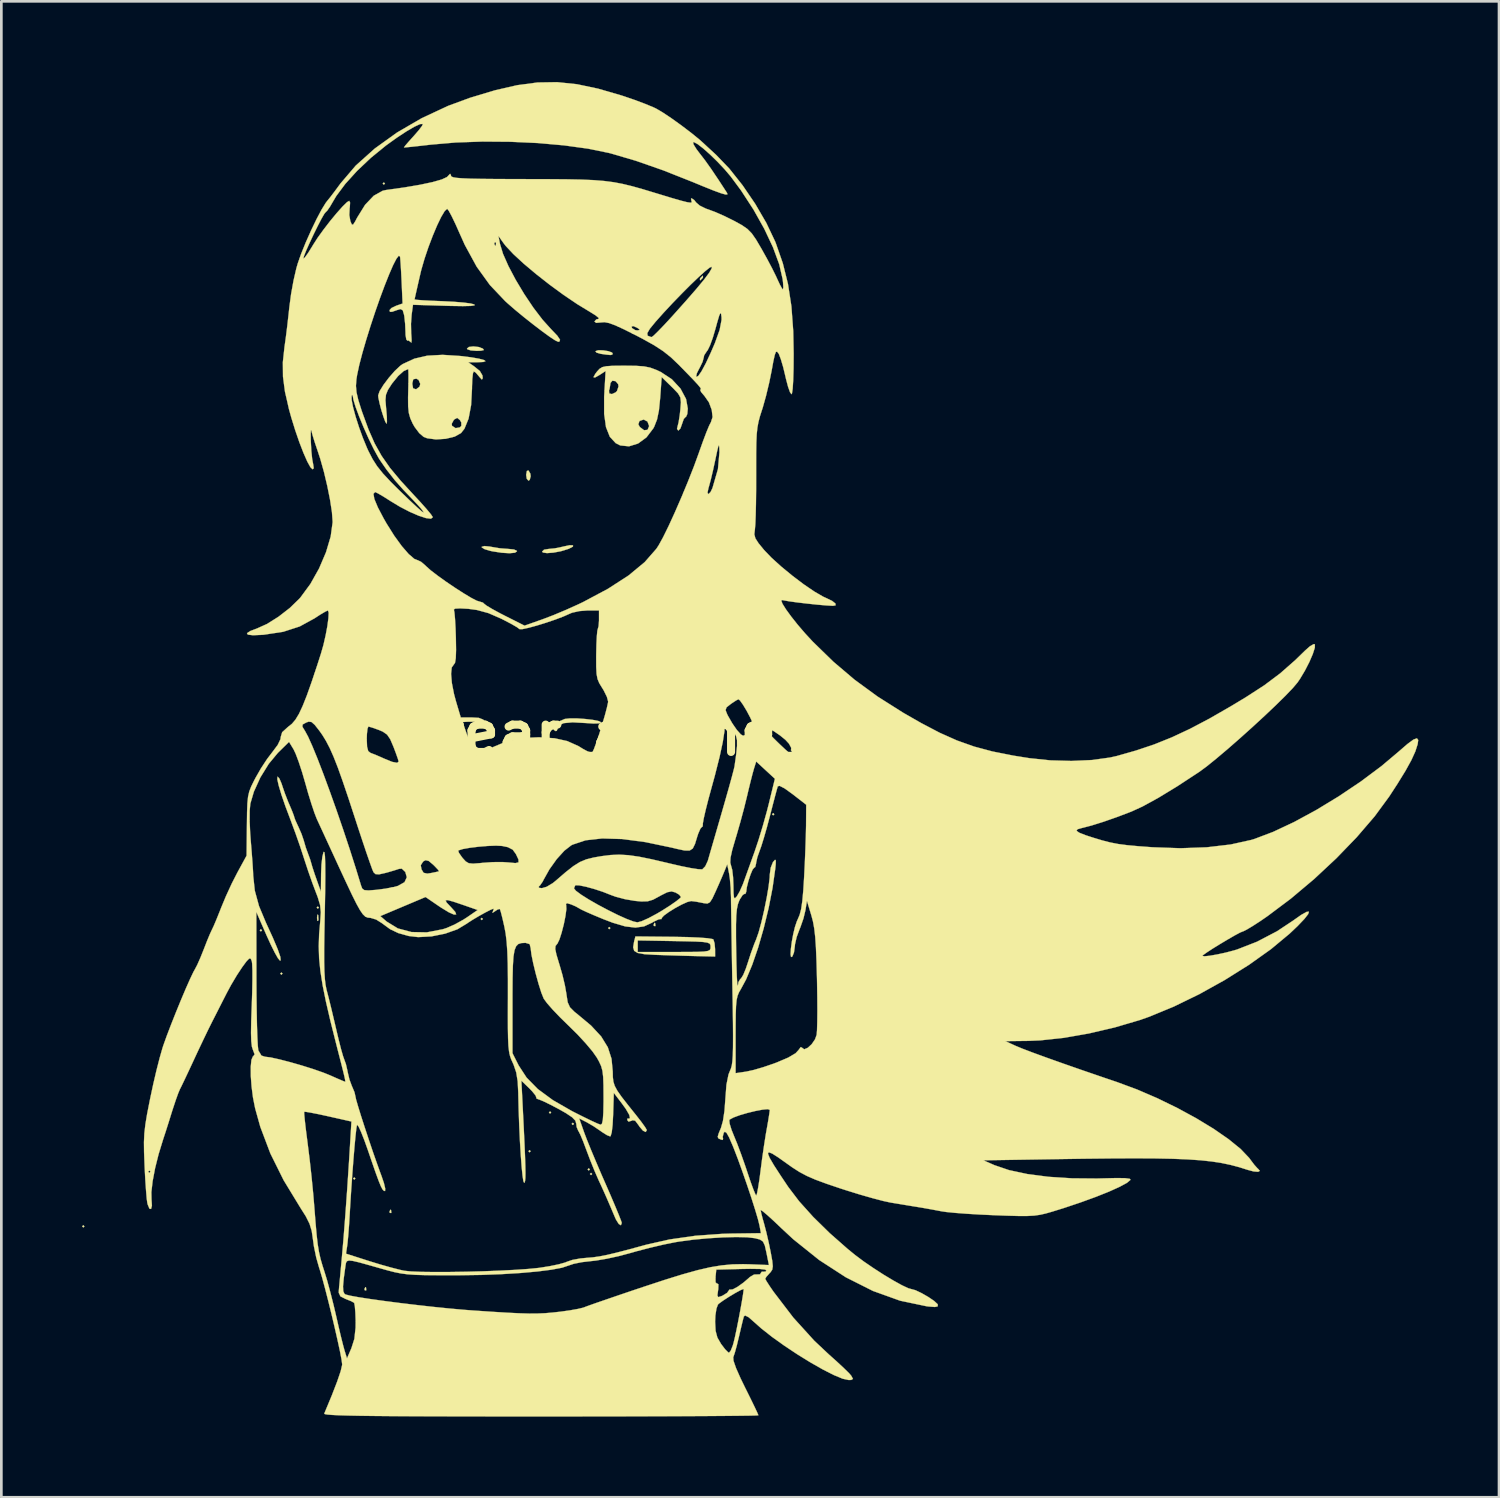
<source format=kicad_pcb>
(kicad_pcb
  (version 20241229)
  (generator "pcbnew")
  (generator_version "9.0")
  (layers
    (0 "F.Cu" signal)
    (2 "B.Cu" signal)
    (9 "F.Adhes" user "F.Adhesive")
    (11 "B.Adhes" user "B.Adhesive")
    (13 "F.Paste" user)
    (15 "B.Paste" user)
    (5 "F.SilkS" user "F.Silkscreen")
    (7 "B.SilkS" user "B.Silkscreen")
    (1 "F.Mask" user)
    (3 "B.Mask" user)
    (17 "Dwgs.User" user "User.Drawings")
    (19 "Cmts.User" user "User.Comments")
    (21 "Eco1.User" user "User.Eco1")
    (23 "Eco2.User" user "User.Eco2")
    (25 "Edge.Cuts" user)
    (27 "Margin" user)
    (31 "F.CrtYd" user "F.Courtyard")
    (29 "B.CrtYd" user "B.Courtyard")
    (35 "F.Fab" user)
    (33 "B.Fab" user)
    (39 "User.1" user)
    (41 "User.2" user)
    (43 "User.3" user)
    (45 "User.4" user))
  (footprint "rear_anime_ss"
    (layer "F.Cu")
    (at 21.341 24.222)
    (property "Reference" "rear_anime_ss" (at 0 0 0) (layer "F.SilkS") (effects (font (size 1.524 1.524) (thickness 0.3))))
    (attr through_hole)
    (fp_poly (pts (xy -21.251 18.33) (xy -21.294 18.373) (xy -21.336 18.33) (xy -21.294 18.288) (xy -21.251 18.33)) (stroke (width 0.01) (type solid)) (fill yes) (layer "F.SilkS"))
    (fp_poly (pts (xy -14.647 7.324) (xy -14.69 7.366) (xy -14.732 7.324) (xy -14.69 7.281) (xy -14.647 7.324)) (stroke (width 0.01) (type solid)) (fill yes) (layer "F.SilkS"))
    (fp_poly (pts (xy -13.885 8.932) (xy -13.928 8.975) (xy -13.97 8.932) (xy -13.928 8.89) (xy -13.885 8.932)) (stroke (width 0.01) (type solid)) (fill yes) (layer "F.SilkS"))
    (fp_poly (pts (xy -12.531 6.477) (xy -12.573 6.519) (xy -12.615 6.477) (xy -12.573 6.435) (xy -12.531 6.477)) (stroke (width 0.01) (type solid)) (fill yes) (layer "F.SilkS"))
    (fp_poly (pts (xy -11.176 16.552) (xy -11.218 16.595) (xy -11.261 16.552) (xy -11.218 16.51) (xy -11.176 16.552)) (stroke (width 0.01) (type solid)) (fill yes) (layer "F.SilkS"))
    (fp_poly (pts (xy -10.075 -20.447) (xy -10.118 -20.405) (xy -10.16 -20.447) (xy -10.118 -20.489) (xy -10.075 -20.447)) (stroke (width 0.01) (type solid)) (fill yes) (layer "F.SilkS"))
    (fp_poly (pts (xy -6.435 6.9) (xy -6.477 6.943) (xy -6.519 6.9) (xy -6.477 6.858) (xy -6.435 6.9)) (stroke (width 0.01) (type solid)) (fill yes) (layer "F.SilkS"))
    (fp_poly (pts (xy -4.657 15.536) (xy -4.699 15.579) (xy -4.741 15.536) (xy -4.699 15.494) (xy -4.657 15.536)) (stroke (width 0.01) (type solid)) (fill yes) (layer "F.SilkS"))
    (fp_poly (pts (xy -3.895 14.097) (xy -3.937 14.139) (xy -3.979 14.097) (xy -3.937 14.055) (xy -3.895 14.097)) (stroke (width 0.01) (type solid)) (fill yes) (layer "F.SilkS"))
    (fp_poly (pts (xy -3.048 14.52) (xy -3.09 14.563) (xy -3.133 14.52) (xy -3.09 14.478) (xy -3.048 14.52)) (stroke (width 0.01) (type solid)) (fill yes) (layer "F.SilkS"))
    (fp_poly (pts (xy -2.455 16.214) (xy -2.498 16.256) (xy -2.54 16.214) (xy -2.498 16.171) (xy -2.455 16.214)) (stroke (width 0.01) (type solid)) (fill yes) (layer "F.SilkS"))
    (fp_poly (pts (xy -2.371 16.383) (xy -2.413 16.425) (xy -2.455 16.383) (xy -2.413 16.341) (xy -2.371 16.383)) (stroke (width 0.01) (type solid)) (fill yes) (layer "F.SilkS"))
    (fp_poly (pts (xy -1.693 7.239) (xy -1.736 7.281) (xy -1.778 7.239) (xy -1.736 7.197) (xy -1.693 7.239)) (stroke (width 0.01) (type solid)) (fill yes) (layer "F.SilkS"))
    (fp_poly (pts (xy 4.403 3.006) (xy 4.36 3.048) (xy 4.318 3.006) (xy 4.36 2.963) (xy 4.403 3.006)) (stroke (width 0.01) (type solid)) (fill yes) (layer "F.SilkS"))
    (fp_poly (pts (xy -12.559 6.752) (xy -12.548 6.926) (xy -12.559 6.964) (xy -12.59 6.974) (xy -12.602 6.858) (xy -12.589 6.738) (xy -12.559 6.752)) (stroke (width 0.01) (type solid)) (fill yes) (layer "F.SilkS"))
    (fp_poly (pts (xy -10.781 20.602) (xy -10.771 20.703) (xy -10.781 20.715) (xy -10.831 20.703) (xy -10.837 20.659) (xy -10.806 20.589) (xy -10.781 20.602)) (stroke (width 0.01) (type solid)) (fill yes) (layer "F.SilkS"))
    (fp_poly (pts (xy -9.85 17.724) (xy -9.839 17.824) (xy -9.85 17.836) (xy -9.9 17.825) (xy -9.906 17.78) (xy -9.875 17.71) (xy -9.85 17.724)) (stroke (width 0.01) (type solid)) (fill yes) (layer "F.SilkS"))
    (fp_poly (pts (xy -0.028 7.056) (xy -0.018 7.156) (xy -0.028 7.168) (xy -0.079 7.157) (xy -0.085 7.112) (xy -0.054 7.042) (xy -0.028 7.056)) (stroke (width 0.01) (type solid)) (fill yes) (layer "F.SilkS"))
    (fp_poly (pts (xy -4.67 -9.66) (xy -4.657 -9.562) (xy -4.693 -9.427) (xy -4.741 -9.398) (xy -4.804 -9.471) (xy -4.826 -9.615) (xy -4.799 -9.759) (xy -4.741 -9.779) (xy -4.67 -9.66)) (stroke (width 0.01) (type solid)) (fill yes) (layer "F.SilkS"))
    (fp_poly (pts (xy 1.751 -16.963) (xy 1.736 -16.933) (xy 1.656 -16.852) (xy 1.641 -16.849) (xy 1.635 -16.903) (xy 1.651 -16.933) (xy 1.731 -17.014) (xy 1.746 -17.018) (xy 1.751 -16.963)) (stroke (width 0.01) (type solid)) (fill yes) (layer "F.SilkS"))
    (fp_poly (pts (xy -6.59 -14.368) (xy -6.435 -14.309) (xy -6.398 -14.256) (xy -6.505 -14.23) (xy -6.668 -14.225) (xy -6.887 -14.242) (xy -7.015 -14.286) (xy -7.027 -14.309) (xy -6.956 -14.37) (xy -6.788 -14.39) (xy -6.59 -14.368)) (stroke (width 0.01) (type solid)) (fill yes) (layer "F.SilkS"))
    (fp_poly (pts (xy -1.967 -14.245) (xy -1.771 -14.214) (xy -1.634 -14.164) (xy -1.609 -14.13) (xy -1.622 -14.085) (xy -1.69 -14.07) (xy -1.853 -14.086) (xy -2.055 -14.115) (xy -2.21 -14.16) (xy -2.25 -14.213) (xy -2.15 -14.248) (xy -1.967 -14.245)) (stroke (width 0.01) (type solid)) (fill yes) (layer "F.SilkS"))
    (fp_poly (pts (xy -3.083 -6.994) (xy -3.085 -6.947) (xy -3.233 -6.869) (xy -3.263 -6.857) (xy -3.534 -6.774) (xy -3.813 -6.722) (xy -4.051 -6.704) (xy -4.203 -6.726) (xy -4.233 -6.762) (xy -4.16 -6.832) (xy -4 -6.858) (xy -3.761 -6.882) (xy -3.479 -6.939) (xy -3.442 -6.949) (xy -3.209 -6.998) (xy -3.083 -6.994)) (stroke (width 0.01) (type solid)) (fill yes) (layer "F.SilkS"))
    (fp_poly (pts (xy -6.178 -6.948) (xy -6.118 -6.936) (xy -5.805 -6.884) (xy -5.49 -6.86) (xy -5.482 -6.86) (xy -5.278 -6.839) (xy -5.17 -6.789) (xy -5.165 -6.773) (xy -5.241 -6.719) (xy -5.443 -6.7) (xy -5.731 -6.717) (xy -6.065 -6.768) (xy -6.161 -6.788) (xy -6.369 -6.85) (xy -6.476 -6.915) (xy -6.479 -6.939) (xy -6.377 -6.967) (xy -6.178 -6.948)) (stroke (width 0.01) (type solid)) (fill yes) (layer "F.SilkS"))
    (fp_poly (pts (xy -2.923 -0.557) (xy -2.625 -0.536) (xy -2.345 -0.503) (xy -2.132 -0.46) (xy -2.034 -0.413) (xy -2.032 -0.406) (xy -2.11 -0.373) (xy -2.321 -0.367) (xy -2.62 -0.386) (xy -3.101 -0.412) (xy -3.432 -0.381) (xy -3.609 -0.293) (xy -3.641 -0.21) (xy -3.687 -0.098) (xy -3.725 -0.085) (xy -3.808 -0.137) (xy -3.81 -0.153) (xy -3.738 -0.312) (xy -3.564 -0.462) (xy -3.387 -0.538) (xy -3.193 -0.559) (xy -2.923 -0.557)) (stroke (width 0.01) (type solid)) (fill yes) (layer "F.SilkS"))
    (fp_poly (pts (xy 0.656 7.564) (xy 1.172 7.574) (xy 1.6 7.592) (xy 1.918 7.616) (xy 2.102 7.646) (xy 2.137 7.662) (xy 2.18 7.801) (xy 2.2 8.017) (xy 2.2 8.022) (xy 2.201 8.297) (xy 1.46 8.28) (xy 0.993 8.267) (xy 0.466 8.251) (xy -0.008 8.235) (xy -0.025 8.234) (xy -0.422 8.211) (xy -0.675 8.166) (xy -0.739 8.128) (xy -0.677 8.128) (xy 0.677 8.128) (xy 1.183 8.127) (xy 1.544 8.123) (xy 1.785 8.112) (xy 1.93 8.09) (xy 2.003 8.055) (xy 2.028 8.002) (xy 2.031 7.938) (xy 2.026 7.866) (xy 1.995 7.815) (xy 1.913 7.78) (xy 1.756 7.756) (xy 1.5 7.741) (xy 1.12 7.731) (xy 0.677 7.722) (xy -0.677 7.698) (xy -0.677 8.128) (xy -0.739 8.128) (xy -0.808 8.086) (xy -0.847 7.955) (xy -0.815 7.758) (xy -0.814 7.754) (xy -0.763 7.55) (xy 0.656 7.564)) (stroke (width 0.01) (type solid)) (fill yes) (layer "F.SilkS"))
    (fp_poly (pts (xy -0.742 -13.669) (xy -0.446 -13.648) (xy -0.214 -13.602) (xy 0.006 -13.521) (xy 0.183 -13.438) (xy 0.592 -13.169) (xy 0.913 -12.823) (xy 1.12 -12.436) (xy 1.185 -12.079) (xy 1.167 -11.877) (xy 1.12 -11.773) (xy 1.107 -11.769) (xy 1.037 -11.696) (xy 0.975 -11.52) (xy 0.974 -11.515) (xy 0.91 -11.337) (xy 0.833 -11.261) (xy 0.831 -11.261) (xy 0.784 -11.324) (xy 0.803 -11.409) (xy 0.844 -11.573) (xy 0.885 -11.837) (xy 0.908 -12.042) (xy 0.929 -12.314) (xy 0.909 -12.492) (xy 0.824 -12.641) (xy 0.649 -12.826) (xy 0.584 -12.889) (xy 0.214 -13.25) (xy 0.158 -12.473) (xy 0.112 -12.013) (xy 0.042 -11.674) (xy -0.062 -11.408) (xy -0.094 -11.347) (xy -0.352 -11.008) (xy -0.665 -10.779) (xy -1.001 -10.675) (xy -1.326 -10.708) (xy -1.498 -10.795) (xy -1.715 -11.031) (xy -1.857 -11.389) (xy -1.871 -11.493) (xy -0.655 -11.493) (xy -0.596 -11.391) (xy -0.441 -11.275) (xy -0.311 -11.288) (xy -0.254 -11.425) (xy -0.254 -11.433) (xy -0.315 -11.597) (xy -0.454 -11.671) (xy -0.604 -11.621) (xy -0.612 -11.614) (xy -0.655 -11.493) (xy -1.871 -11.493) (xy -1.926 -11.879) (xy -1.926 -12.513) (xy -1.922 -12.583) (xy -1.913 -12.749) (xy -1.745 -12.749) (xy -1.736 -12.642) (xy -1.636 -12.618) (xy -1.501 -12.68) (xy -1.448 -12.732) (xy -1.391 -12.902) (xy -1.405 -12.986) (xy -1.501 -13.098) (xy -1.62 -13.115) (xy -1.691 -13.03) (xy -1.693 -13.003) (xy -1.723 -12.817) (xy -1.745 -12.749) (xy -1.913 -12.749) (xy -1.871 -13.476) (xy -2.086 -13.335) (xy -2.267 -13.233) (xy -2.323 -13.246) (xy -2.254 -13.372) (xy -2.185 -13.462) (xy -2.096 -13.558) (xy -1.995 -13.62) (xy -1.844 -13.654) (xy -1.604 -13.67) (xy -1.24 -13.674) (xy -1.155 -13.674) (xy -0.742 -13.669)) (stroke (width 0.01) (type solid)) (fill yes) (layer "F.SilkS"))
    (fp_poly (pts (xy -7.277 -14.035) (xy -6.878 -13.986) (xy -6.58 -13.934) (xy -6.394 -13.884) (xy -6.336 -13.842) (xy -6.418 -13.812) (xy -6.654 -13.801) (xy -6.665 -13.801) (xy -6.98 -13.801) (xy -6.771 -13.657) (xy -6.548 -13.477) (xy -6.451 -13.312) (xy -6.44 -13.208) (xy -6.472 -13.157) (xy -6.566 -13.257) (xy -6.576 -13.271) (xy -6.695 -13.412) (xy -6.774 -13.462) (xy -6.805 -13.384) (xy -6.828 -13.179) (xy -6.839 -12.887) (xy -6.839 -12.831) (xy -6.872 -12.211) (xy -6.967 -11.705) (xy -7.119 -11.332) (xy -7.246 -11.169) (xy -7.484 -11.036) (xy -7.817 -10.955) (xy -8.18 -10.932) (xy -8.506 -10.975) (xy -8.636 -11.025) (xy -8.8 -11.165) (xy -8.972 -11.394) (xy -9.042 -11.515) (xy -9.042 -11.515) (xy -7.593 -11.515) (xy -7.583 -11.438) (xy -7.45 -11.352) (xy -7.293 -11.379) (xy -7.237 -11.434) (xy -7.238 -11.564) (xy -7.288 -11.65) (xy -7.389 -11.733) (xy -7.492 -11.678) (xy -7.517 -11.654) (xy -7.593 -11.515) (xy -9.042 -11.515) (xy -9.134 -11.718) (xy -9.189 -11.916) (xy -9.214 -12.159) (xy -9.217 -12.496) (xy -9.211 -12.721) (xy -9.205 -12.996) (xy -9.059 -12.996) (xy -9.03 -12.832) (xy -8.927 -12.798) (xy -8.911 -12.801) (xy -8.789 -12.897) (xy -8.763 -12.996) (xy -8.827 -13.146) (xy -8.911 -13.192) (xy -9.023 -13.169) (xy -9.059 -13.019) (xy -9.059 -12.996) (xy -9.205 -12.996) (xy -9.203 -13.072) (xy -9.202 -13.348) (xy -9.207 -13.515) (xy -9.213 -13.547) (xy -9.376 -13.477) (xy -9.585 -13.291) (xy -9.805 -13.02) (xy -9.825 -12.992) (xy -9.967 -12.771) (xy -10.039 -12.594) (xy -10.057 -12.394) (xy -10.034 -12.101) (xy -10.03 -12.062) (xy -10.006 -11.783) (xy -10.002 -11.586) (xy -10.017 -11.515) (xy -10.064 -11.588) (xy -10.133 -11.775) (xy -10.21 -12.021) (xy -10.277 -12.276) (xy -10.321 -12.486) (xy -10.329 -12.568) (xy -10.274 -12.729) (xy -10.13 -12.962) (xy -9.931 -13.226) (xy -9.712 -13.477) (xy -9.506 -13.671) (xy -9.415 -13.735) (xy -8.986 -13.934) (xy -8.503 -14.046) (xy -7.932 -14.077) (xy -7.277 -14.035)) (stroke (width 0.01) (type solid)) (fill yes) (layer "F.SilkS"))
    (fp_poly (pts (xy -2.935 -24.14) (xy -2.151 -23.975) (xy -1.283 -23.723) (xy -1.185 -23.691) (xy -0.789 -23.555) (xy -0.407 -23.412) (xy -0.1 -23.285) (xy 0.001 -23.238) (xy 0.247 -23.094) (xy 0.577 -22.874) (xy 0.945 -22.61) (xy 1.307 -22.335) (xy 1.617 -22.083) (xy 1.761 -21.954) (xy 1.921 -21.805) (xy 2.139 -21.605) (xy 2.239 -21.512) (xy 2.726 -21.006) (xy 3.221 -20.383) (xy 3.692 -19.692) (xy 4.106 -18.98) (xy 4.431 -18.296) (xy 4.457 -18.232) (xy 4.719 -17.48) (xy 4.911 -16.709) (xy 5.038 -15.881) (xy 5.106 -14.958) (xy 5.122 -14.118) (xy 5.118 -13.572) (xy 5.105 -13.132) (xy 5.085 -12.816) (xy 5.059 -12.641) (xy 5.041 -12.612) (xy 4.986 -12.686) (xy 4.914 -12.888) (xy 4.837 -13.179) (xy 4.814 -13.28) (xy 4.732 -13.62) (xy 4.645 -13.915) (xy 4.571 -14.108) (xy 4.558 -14.13) (xy 4.505 -14.196) (xy 4.461 -14.184) (xy 4.418 -14.07) (xy 4.365 -13.832) (xy 4.304 -13.494) (xy 4.211 -13.038) (xy 4.094 -12.551) (xy 3.973 -12.118) (xy 3.941 -12.02) (xy 3.867 -11.789) (xy 3.813 -11.583) (xy 3.774 -11.373) (xy 3.748 -11.126) (xy 3.734 -10.815) (xy 3.728 -10.407) (xy 3.727 -9.874) (xy 3.727 -9.596) (xy 3.726 -9.048) (xy 3.72 -8.543) (xy 3.71 -8.11) (xy 3.697 -7.78) (xy 3.68 -7.582) (xy 3.677 -7.56) (xy 3.66 -7.402) (xy 3.699 -7.254) (xy 3.814 -7.074) (xy 4.022 -6.819) (xy 4.302 -6.528) (xy 4.666 -6.199) (xy 5.078 -5.86) (xy 5.499 -5.542) (xy 5.893 -5.274) (xy 6.22 -5.084) (xy 6.329 -5.035) (xy 6.554 -4.926) (xy 6.677 -4.828) (xy 6.68 -4.761) (xy 6.583 -4.744) (xy 6.329 -4.759) (xy 5.995 -4.788) (xy 5.625 -4.827) (xy 5.265 -4.869) (xy 4.96 -4.911) (xy 4.757 -4.946) (xy 4.707 -4.959) (xy 4.66 -4.94) (xy 4.708 -4.817) (xy 4.837 -4.611) (xy 5.031 -4.345) (xy 5.272 -4.041) (xy 5.546 -3.722) (xy 5.834 -3.41) (xy 6.602 -2.663) (xy 7.391 -1.993) (xy 8.242 -1.371) (xy 9.195 -0.768) (xy 9.869 -0.382) (xy 10.554 -0.023) (xy 11.193 0.262) (xy 11.831 0.489) (xy 12.515 0.672) (xy 13.291 0.826) (xy 13.886 0.921) (xy 14.662 1.002) (xy 15.454 1.024) (xy 16.211 0.99) (xy 16.88 0.898) (xy 17.131 0.842) (xy 17.852 0.637) (xy 18.526 0.411) (xy 19.185 0.146) (xy 19.86 -0.17) (xy 20.585 -0.552) (xy 21.391 -1.016) (xy 21.935 -1.344) (xy 22.622 -1.789) (xy 23.214 -2.233) (xy 23.779 -2.73) (xy 24.132 -3.074) (xy 24.317 -3.238) (xy 24.456 -3.319) (xy 24.504 -3.313) (xy 24.501 -3.185) (xy 24.426 -2.952) (xy 24.298 -2.655) (xy 24.133 -2.334) (xy 23.949 -2.026) (xy 23.861 -1.897) (xy 23.689 -1.693) (xy 23.411 -1.402) (xy 23.05 -1.047) (xy 22.63 -0.649) (xy 22.174 -0.229) (xy 21.707 0.19) (xy 21.252 0.588) (xy 20.833 0.942) (xy 20.474 1.232) (xy 20.198 1.435) (xy 20.197 1.435) (xy 19.381 1.97) (xy 18.679 2.397) (xy 18.095 2.717) (xy 17.682 2.906) (xy 17.157 3.106) (xy 16.649 3.284) (xy 16.202 3.424) (xy 15.862 3.513) (xy 15.845 3.516) (xy 15.677 3.564) (xy 15.64 3.62) (xy 15.742 3.693) (xy 15.993 3.791) (xy 16.256 3.876) (xy 16.597 3.979) (xy 16.893 4.055) (xy 17.186 4.112) (xy 17.521 4.156) (xy 17.941 4.195) (xy 18.469 4.234) (xy 19.504 4.27) (xy 20.482 4.235) (xy 21.371 4.131) (xy 22.139 3.961) (xy 22.254 3.926) (xy 22.951 3.662) (xy 23.73 3.296) (xy 24.557 2.847) (xy 25.396 2.337) (xy 26.215 1.787) (xy 26.979 1.216) (xy 27.616 0.679) (xy 27.944 0.395) (xy 28.168 0.23) (xy 28.298 0.182) (xy 28.346 0.246) (xy 28.325 0.402) (xy 28.238 0.673) (xy 28.091 0.995) (xy 27.873 1.39) (xy 27.572 1.879) (xy 27.266 2.349) (xy 26.727 3.083) (xy 26.062 3.857) (xy 25.302 4.644) (xy 24.475 5.416) (xy 23.611 6.143) (xy 22.739 6.797) (xy 22.467 6.984) (xy 22.192 7.162) (xy 21.968 7.296) (xy 21.833 7.363) (xy 21.818 7.366) (xy 21.719 7.407) (xy 21.52 7.514) (xy 21.259 7.665) (xy 20.973 7.836) (xy 20.699 8.005) (xy 20.477 8.15) (xy 20.343 8.247) (xy 20.32 8.272) (xy 20.395 8.288) (xy 20.592 8.268) (xy 20.868 8.22) (xy 21.184 8.152) (xy 21.495 8.07) (xy 21.612 8.035) (xy 22.355 7.745) (xy 23.099 7.355) (xy 23.677 6.972) (xy 23.996 6.748) (xy 24.197 6.636) (xy 24.283 6.629) (xy 24.254 6.72) (xy 24.112 6.901) (xy 23.859 7.166) (xy 23.563 7.447) (xy 22.872 8.022) (xy 22.055 8.604) (xy 21.153 9.17) (xy 20.207 9.696) (xy 19.256 10.159) (xy 18.343 10.536) (xy 17.992 10.659) (xy 17.058 10.934) (xy 16.098 11.158) (xy 15.161 11.322) (xy 14.294 11.415) (xy 13.843 11.434) (xy 12.996 11.444) (xy 13.366 11.614) (xy 13.613 11.717) (xy 14.004 11.866) (xy 14.522 12.055) (xy 15.149 12.278) (xy 15.868 12.529) (xy 16.661 12.801) (xy 17.145 12.965) (xy 17.891 13.241) (xy 18.647 13.567) (xy 19.39 13.929) (xy 20.094 14.312) (xy 20.738 14.703) (xy 21.295 15.089) (xy 21.744 15.454) (xy 22.059 15.785) (xy 22.102 15.844) (xy 22.249 16.039) (xy 22.367 16.171) (xy 22.388 16.188) (xy 22.457 16.267) (xy 22.393 16.302) (xy 22.227 16.289) (xy 22 16.229) (xy 21.688 16.13) (xy 21.372 16.046) (xy 21.039 15.976) (xy 20.672 15.919) (xy 20.256 15.874) (xy 19.777 15.841) (xy 19.219 15.818) (xy 18.566 15.805) (xy 17.805 15.801) (xy 16.918 15.805) (xy 15.892 15.816) (xy 14.788 15.833) (xy 12.178 15.875) (xy 12.589 16.056) (xy 13.13 16.24) (xy 13.809 16.385) (xy 14.598 16.488) (xy 15.469 16.544) (xy 16.396 16.552) (xy 16.664 16.545) (xy 17.137 16.534) (xy 17.452 16.539) (xy 17.619 16.562) (xy 17.65 16.6) (xy 17.515 16.713) (xy 17.24 16.862) (xy 16.845 17.04) (xy 16.354 17.236) (xy 15.787 17.442) (xy 15.167 17.65) (xy 14.735 17.784) (xy 14.497 17.852) (xy 14.286 17.9) (xy 14.068 17.931) (xy 13.809 17.945) (xy 13.475 17.945) (xy 13.033 17.933) (xy 12.576 17.916) (xy 12.05 17.892) (xy 11.552 17.862) (xy 11.119 17.829) (xy 10.788 17.796) (xy 10.626 17.772) (xy 10.278 17.706) (xy 9.89 17.637) (xy 9.737 17.612) (xy 9.386 17.555) (xy 8.977 17.487) (xy 8.721 17.445) (xy 8.445 17.385) (xy 8.053 17.282) (xy 7.588 17.149) (xy 7.094 16.996) (xy 6.858 16.92) (xy 6.332 16.742) (xy 5.929 16.593) (xy 5.61 16.454) (xy 5.336 16.308) (xy 5.068 16.136) (xy 4.868 15.994) (xy 4.549 15.767) (xy 4.325 15.625) (xy 4.197 15.575) (xy 4.165 15.626) (xy 4.229 15.786) (xy 4.39 16.061) (xy 4.649 16.46) (xy 4.92 16.865) (xy 5.325 17.398) (xy 5.849 17.981) (xy 6.462 18.582) (xy 7.133 19.173) (xy 7.408 19.397) (xy 7.722 19.632) (xy 8.086 19.881) (xy 8.465 20.126) (xy 8.83 20.345) (xy 9.146 20.52) (xy 9.382 20.631) (xy 9.49 20.661) (xy 9.65 20.705) (xy 9.88 20.814) (xy 10.129 20.957) (xy 10.343 21.102) (xy 10.47 21.219) (xy 10.483 21.243) (xy 10.475 21.308) (xy 10.373 21.329) (xy 10.145 21.312) (xy 10.065 21.302) (xy 9.079 21.095) (xy 8.072 20.733) (xy 7.063 20.225) (xy 6.069 19.581) (xy 5.108 18.811) (xy 4.681 18.415) (xy 4.389 18.137) (xy 4.146 17.916) (xy 3.974 17.771) (xy 3.896 17.721) (xy 3.894 17.725) (xy 3.916 17.841) (xy 3.973 18.062) (xy 4.023 18.236) (xy 4.106 18.554) (xy 4.197 18.949) (xy 4.268 19.295) (xy 4.326 19.615) (xy 4.346 19.816) (xy 4.326 19.94) (xy 4.264 20.034) (xy 4.225 20.074) (xy 4.106 20.208) (xy 4.064 20.279) (xy 4.109 20.365) (xy 4.226 20.547) (xy 4.369 20.756) (xy 5.109 21.724) (xy 5.888 22.583) (xy 6.423 23.086) (xy 6.725 23.356) (xy 6.988 23.601) (xy 7.18 23.789) (xy 7.262 23.883) (xy 7.327 24.003) (xy 7.262 24.042) (xy 7.167 24.045) (xy 6.943 23.996) (xy 6.613 23.859) (xy 6.204 23.651) (xy 5.742 23.388) (xy 5.256 23.088) (xy 4.772 22.766) (xy 4.316 22.44) (xy 3.917 22.125) (xy 3.665 21.901) (xy 3.447 21.71) (xy 3.318 21.645) (xy 3.27 21.681) (xy 3.233 21.818) (xy 3.172 22.07) (xy 3.098 22.386) (xy 3.086 22.437) (xy 3.008 22.759) (xy 2.935 23.025) (xy 2.881 23.184) (xy 2.875 23.195) (xy 2.885 23.33) (xy 2.978 23.599) (xy 3.152 23.991) (xy 3.31 24.315) (xy 3.496 24.689) (xy 3.65 25.005) (xy 3.759 25.235) (xy 3.808 25.35) (xy 3.81 25.356) (xy 3.727 25.363) (xy 3.487 25.369) (xy 3.1 25.374) (xy 2.579 25.379) (xy 1.935 25.384) (xy 1.179 25.388) (xy 0.324 25.392) (xy -0.619 25.395) (xy -1.639 25.398) (xy -2.725 25.399) (xy -3.863 25.4) (xy -4.285 25.4) (xy -5.683 25.4) (xy -6.921 25.398) (xy -8.007 25.396) (xy -8.948 25.393) (xy -9.754 25.388) (xy -10.433 25.382) (xy -10.993 25.375) (xy -11.443 25.366) (xy -11.791 25.356) (xy -12.046 25.343) (xy -12.216 25.329) (xy -12.309 25.313) (xy -12.335 25.295) (xy -12.334 25.294) (xy -12.056 24.625) (xy -11.852 24.098) (xy -11.723 23.718) (xy -11.669 23.486) (xy -11.668 23.453) (xy -11.691 23.28) (xy -11.749 22.977) (xy -11.836 22.576) (xy -11.942 22.109) (xy -12.06 21.61) (xy -12.183 21.112) (xy -12.302 20.646) (xy -12.41 20.246) (xy -12.499 19.945) (xy -12.525 19.866) (xy -12.631 19.494) (xy -12.719 19.069) (xy -12.754 18.816) (xy -12.8 18.499) (xy -12.881 18.234) (xy -13.02 17.956) (xy -13.207 17.661) (xy -13.842 16.618) (xy -14.338 15.619) (xy -14.711 14.632) (xy -14.868 14.07) (xy -13.08 14.07) (xy -13.078 14.159) (xy -13.057 14.385) (xy -13.019 14.717) (xy -12.967 15.124) (xy -12.947 15.282) (xy -12.876 15.852) (xy -12.805 16.496) (xy -12.743 17.13) (xy -12.703 17.611) (xy -12.657 18.196) (xy -12.617 18.646) (xy -12.577 18.997) (xy -12.53 19.281) (xy -12.473 19.535) (xy -12.399 19.791) (xy -12.325 20.021) (xy -12.224 20.352) (xy -12.106 20.788) (xy -11.985 21.265) (xy -11.899 21.632) (xy -11.802 22.057) (xy -11.709 22.448) (xy -11.63 22.761) (xy -11.58 22.944) (xy -11.488 23.24) (xy -11.323 22.859) (xy -11.214 22.516) (xy -11.169 22.102) (xy -11.166 21.877) (xy 2.201 21.877) (xy 2.219 22.216) (xy 2.285 22.465) (xy 2.422 22.703) (xy 2.425 22.707) (xy 2.571 22.899) (xy 2.686 23.014) (xy 2.718 23.029) (xy 2.78 22.956) (xy 2.855 22.77) (xy 2.885 22.669) (xy 2.936 22.458) (xy 3 22.159) (xy 3.069 21.812) (xy 3.137 21.453) (xy 3.196 21.121) (xy 3.24 20.855) (xy 3.261 20.692) (xy 3.26 20.659) (xy 3.151 20.701) (xy 2.953 20.808) (xy 2.719 20.948) (xy 2.498 21.091) (xy 2.343 21.204) (xy 2.307 21.238) (xy 2.25 21.39) (xy 2.211 21.649) (xy 2.201 21.877) (xy -11.166 21.877) (xy -11.166 21.852) (xy -11.177 21.541) (xy -11.196 21.302) (xy -11.22 21.179) (xy -11.224 21.174) (xy -11.331 21.114) (xy -11.525 21.036) (xy -11.542 21.03) (xy -11.733 20.933) (xy -11.795 20.799) (xy -11.793 20.734) (xy -11.779 20.57) (xy -11.778 20.562) (xy -11.635 20.562) (xy -11.626 20.744) (xy -11.581 20.84) (xy -11.541 20.865) (xy -11.363 20.91) (xy -11.043 20.968) (xy -10.609 21.035) (xy -10.089 21.107) (xy -9.51 21.182) (xy -8.899 21.255) (xy -8.283 21.324) (xy -7.691 21.384) (xy -7.148 21.433) (xy -6.816 21.458) (xy -6.106 21.506) (xy -5.538 21.541) (xy -5.083 21.563) (xy -4.714 21.574) (xy -4.404 21.572) (xy -4.123 21.56) (xy -3.846 21.536) (xy -3.554 21.504) (xy -3.203 21.455) (xy -2.901 21.401) (xy -2.7 21.353) (xy -2.667 21.34) (xy -2.542 21.293) (xy -2.281 21.2) (xy -1.907 21.071) (xy -1.443 20.912) (xy -0.914 20.732) (xy -0.466 20.582) (xy 0.327 20.321) (xy 0.642 20.223) (xy 2.216 20.223) (xy 2.218 20.411) (xy 2.268 20.458) (xy 2.275 20.454) (xy 2.324 20.485) (xy 2.318 20.664) (xy 2.312 20.703) (xy 2.286 20.899) (xy 2.317 20.963) (xy 2.434 20.926) (xy 2.486 20.903) (xy 2.647 20.803) (xy 2.709 20.716) (xy 2.746 20.672) (xy 2.763 20.684) (xy 2.86 20.673) (xy 3.038 20.577) (xy 3.254 20.423) (xy 3.466 20.241) (xy 3.489 20.217) (xy 3.65 20.122) (xy 3.766 20.119) (xy 3.876 20.114) (xy 3.895 20.07) (xy 3.943 20.009) (xy 3.973 20.02) (xy 4.082 20.009) (xy 4.107 19.98) (xy 4.063 19.939) (xy 3.863 19.915) (xy 3.503 19.91) (xy 3.203 19.915) (xy 2.244 19.939) (xy 2.216 20.223) (xy 0.642 20.223) (xy 0.988 20.116) (xy 1.544 19.961) (xy 2.02 19.851) (xy 2.445 19.781) (xy 2.843 19.744) (xy 3.24 19.736) (xy 3.496 19.742) (xy 4.202 19.77) (xy 4.109 19.307) (xy 4.049 19.041) (xy 3.979 18.894) (xy 3.863 18.819) (xy 3.68 18.771) (xy 3.394 18.737) (xy 2.982 18.728) (xy 2.483 18.741) (xy 1.939 18.775) (xy 1.39 18.826) (xy 0.877 18.894) (xy 0.72 18.92) (xy 0.291 19.006) (xy -0.216 19.125) (xy -0.719 19.256) (xy -0.931 19.317) (xy -1.373 19.435) (xy -1.83 19.535) (xy -2.233 19.603) (xy -2.413 19.623) (xy -2.752 19.662) (xy -3.056 19.723) (xy -3.247 19.787) (xy -3.494 19.869) (xy -3.888 19.943) (xy -4.408 20.009) (xy -5.032 20.065) (xy -5.739 20.108) (xy -6.506 20.137) (xy -7.313 20.149) (xy -7.484 20.15) (xy -8.097 20.149) (xy -8.572 20.145) (xy -8.94 20.134) (xy -9.234 20.114) (xy -9.483 20.081) (xy -9.719 20.034) (xy -9.973 19.969) (xy -10.193 19.907) (xy -10.683 19.768) (xy -11.033 19.671) (xy -11.268 19.616) (xy -11.413 19.601) (xy -11.49 19.626) (xy -11.525 19.687) (xy -11.542 19.785) (xy -11.549 19.833) (xy -11.609 20.267) (xy -11.635 20.562) (xy -11.778 20.562) (xy -11.752 20.281) (xy -11.718 19.909) (xy -11.685 19.558) (xy -11.619 18.803) (xy -11.55 17.919) (xy -11.48 16.944) (xy -11.413 15.919) (xy -11.379 15.365) (xy -11.323 14.432) (xy -12.189 14.237) (xy -12.547 14.159) (xy -12.839 14.102) (xy -13.027 14.071) (xy -13.08 14.07) (xy -14.868 14.07) (xy -14.905 13.935) (xy -14.983 13.543) (xy -15.036 13.132) (xy -15.065 12.738) (xy -15.067 12.396) (xy -15.042 12.142) (xy -14.988 12.012) (xy -14.974 12.005) (xy -14.923 11.935) (xy -14.983 11.774) (xy -14.984 11.773) (xy -15.024 11.65) (xy -15.048 11.445) (xy -15.057 11.139) (xy -15.05 10.707) (xy -15.03 10.129) (xy -15.029 10.114) (xy -15.013 9.622) (xy -15.005 9.178) (xy -15.005 8.814) (xy -15.015 8.563) (xy -15.028 8.467) (xy -15.069 8.375) (xy -15.126 8.372) (xy -15.226 8.477) (xy -15.384 8.691) (xy -15.582 8.991) (xy -15.8 9.358) (xy -15.958 9.652) (xy -16.149 10.026) (xy -16.355 10.432) (xy -16.497 10.71) (xy -16.641 10.999) (xy -16.828 11.387) (xy -17.032 11.817) (xy -17.187 12.15) (xy -17.362 12.526) (xy -17.518 12.857) (xy -17.637 13.105) (xy -17.701 13.232) (xy -17.764 13.381) (xy -17.858 13.643) (xy -17.966 13.97) (xy -18.001 14.079) (xy -18.116 14.449) (xy -18.228 14.802) (xy -18.317 15.072) (xy -18.33 15.113) (xy -18.492 15.642) (xy -18.624 16.169) (xy -18.716 16.654) (xy -18.762 17.058) (xy -18.757 17.325) (xy -18.742 17.562) (xy -18.774 17.684) (xy -18.833 17.675) (xy -18.899 17.518) (xy -18.913 17.462) (xy -18.936 17.294) (xy -18.961 16.995) (xy -18.988 16.604) (xy -19.004 16.298) (xy -18.881 16.298) (xy -18.838 16.341) (xy -18.796 16.298) (xy -18.838 16.256) (xy -18.881 16.298) (xy -19.004 16.298) (xy -19.011 16.16) (xy -19.016 16.044) (xy -19.034 15.573) (xy -19.038 15.199) (xy -19.023 14.871) (xy -18.985 14.54) (xy -18.921 14.153) (xy -18.824 13.662) (xy -18.802 13.553) (xy -18.692 13.04) (xy -18.572 12.527) (xy -18.453 12.063) (xy -18.349 11.699) (xy -18.319 11.606) (xy -18.192 11.251) (xy -18.03 10.827) (xy -17.848 10.369) (xy -17.66 9.91) (xy -17.48 9.485) (xy -17.321 9.127) (xy -17.199 8.871) (xy -17.145 8.775) (xy -17.056 8.605) (xy -16.936 8.334) (xy -16.811 8.022) (xy -16.692 7.716) (xy -16.585 7.459) (xy -16.513 7.304) (xy -16.512 7.303) (xy -16.443 7.157) (xy -16.335 6.901) (xy -16.207 6.582) (xy -16.166 6.477) (xy -15.989 6.052) (xy -15.774 5.585) (xy -15.566 5.178) (xy -15.564 5.174) (xy -15.222 4.547) (xy -15.21 3.396) (xy -15.208 3.249) (xy -15.108 3.249) (xy -15.088 3.702) (xy -15.068 3.971) (xy -15.033 4.399) (xy -15.003 4.8) (xy -14.982 5.122) (xy -14.975 5.295) (xy -14.916 5.848) (xy -14.759 6.422) (xy -14.507 7.026) (xy -14.244 7.6) (xy -14.064 8.027) (xy -13.967 8.307) (xy -13.953 8.439) (xy -13.982 8.448) (xy -14.055 8.361) (xy -14.174 8.151) (xy -14.324 7.849) (xy -14.471 7.527) (xy -14.859 6.638) (xy -14.856 9.098) (xy -14.853 9.738) (xy -14.845 10.332) (xy -14.835 10.856) (xy -14.821 11.287) (xy -14.805 11.601) (xy -14.787 11.774) (xy -14.783 11.79) (xy -14.67 11.98) (xy -14.539 12.023) (xy -14.329 12.049) (xy -14.002 12.121) (xy -13.599 12.225) (xy -13.164 12.35) (xy -12.738 12.484) (xy -12.364 12.615) (xy -12.121 12.713) (xy -11.85 12.833) (xy -11.649 12.919) (xy -11.558 12.954) (xy -11.557 12.954) (xy -11.55 12.938) (xy -11.559 12.876) (xy -11.587 12.744) (xy -11.641 12.522) (xy -11.726 12.186) (xy -11.847 11.715) (xy -11.887 11.557) (xy -12.102 10.703) (xy -12.269 9.983) (xy -12.393 9.371) (xy -12.477 8.84) (xy -12.525 8.362) (xy -12.539 7.912) (xy -12.524 7.46) (xy -12.483 6.982) (xy -12.482 6.973) (xy -12.461 6.648) (xy -12.489 6.38) (xy -12.577 6.086) (xy -12.645 5.909) (xy -12.778 5.556) (xy -12.929 5.126) (xy -13.068 4.704) (xy -13.085 4.651) (xy -13.229 4.211) (xy -13.403 3.714) (xy -13.571 3.26) (xy -13.587 3.217) (xy -13.777 2.713) (xy -13.926 2.28) (xy -14.028 1.938) (xy -14.079 1.708) (xy -14.071 1.611) (xy -14.064 1.609) (xy -14 1.682) (xy -13.922 1.864) (xy -13.898 1.938) (xy -13.8 2.225) (xy -13.673 2.551) (xy -13.627 2.656) (xy -13.527 2.893) (xy -13.462 3.064) (xy -13.45 3.11) (xy -13.411 3.222) (xy -13.322 3.417) (xy -13.296 3.471) (xy -13.181 3.732) (xy -13.098 3.975) (xy -13.092 3.997) (xy -13.016 4.256) (xy -12.94 4.462) (xy -12.861 4.677) (xy -12.817 4.826) (xy -12.775 4.972) (xy -12.695 5.216) (xy -12.624 5.419) (xy -12.458 5.884) (xy -12.451 5.207) (xy -12.437 4.871) (xy -12.405 4.592) (xy -12.363 4.421) (xy -12.353 4.403) (xy -12.326 4.42) (xy -12.307 4.566) (xy -12.297 4.848) (xy -12.294 5.275) (xy -12.299 5.854) (xy -12.312 6.593) (xy -12.314 6.689) (xy -12.328 7.429) (xy -12.336 8.022) (xy -12.336 8.488) (xy -12.328 8.85) (xy -12.311 9.128) (xy -12.286 9.345) (xy -12.251 9.521) (xy -12.239 9.567) (xy -12.167 9.844) (xy -12.072 10.23) (xy -11.968 10.669) (xy -11.889 11.007) (xy -11.795 11.403) (xy -11.707 11.748) (xy -11.634 12.002) (xy -11.591 12.122) (xy -11.528 12.298) (xy -11.471 12.546) (xy -11.464 12.587) (xy -11.397 12.87) (xy -11.303 13.123) (xy -11.294 13.14) (xy -11.209 13.343) (xy -11.176 13.489) (xy -11.15 13.613) (xy -11.077 13.865) (xy -10.969 14.216) (xy -10.834 14.634) (xy -10.684 15.088) (xy -10.529 15.548) (xy -10.377 15.982) (xy -10.241 16.36) (xy -10.208 16.447) (xy -10.114 16.723) (xy -10.066 16.926) (xy -10.072 17.017) (xy -10.078 17.018) (xy -10.123 17.004) (xy -10.171 16.95) (xy -10.231 16.834) (xy -10.312 16.635) (xy -10.423 16.332) (xy -10.571 15.906) (xy -10.712 15.494) (xy -10.847 15.116) (xy -10.966 14.816) (xy -11.057 14.621) (xy -11.111 14.555) (xy -11.117 14.563) (xy -11.14 14.695) (xy -11.171 14.97) (xy -11.208 15.36) (xy -11.248 15.84) (xy -11.289 16.381) (xy -11.33 16.957) (xy -11.367 17.542) (xy -11.388 17.907) (xy -11.413 18.305) (xy -11.441 18.673) (xy -11.468 18.954) (xy -11.48 19.05) (xy -11.525 19.346) (xy -10.652 19.626) (xy -10.24 19.752) (xy -9.838 19.865) (xy -9.504 19.95) (xy -9.356 19.982) (xy -9.108 20.007) (xy -8.723 20.023) (xy -8.23 20.029) (xy -7.661 20.027) (xy -7.046 20.018) (xy -6.415 20.001) (xy -5.801 19.977) (xy -5.233 19.948) (xy -4.743 19.914) (xy -4.361 19.876) (xy -4.318 19.87) (xy -3.942 19.81) (xy -3.61 19.741) (xy -3.371 19.674) (xy -3.303 19.645) (xy -3.104 19.578) (xy -2.81 19.524) (xy -2.575 19.502) (xy -2.346 19.483) (xy -2.104 19.449) (xy -1.819 19.393) (xy -1.461 19.308) (xy -1.002 19.189) (xy -0.413 19.028) (xy -0.35 19.011) (xy 0.512 18.817) (xy 1.474 18.68) (xy 2.474 18.608) (xy 2.799 18.599) (xy 3.905 18.584) (xy 3.851 18.295) (xy 3.793 18.061) (xy 3.688 17.707) (xy 3.549 17.269) (xy 3.387 16.785) (xy 3.216 16.293) (xy 3.049 15.831) (xy 2.897 15.435) (xy 2.857 15.336) (xy 2.722 15.025) (xy 2.628 14.857) (xy 2.562 14.812) (xy 2.523 14.85) (xy 2.482 15.006) (xy 2.497 15.07) (xy 2.483 15.118) (xy 2.417 15.103) (xy 2.325 15.062) (xy 2.297 15.001) (xy 2.333 14.874) (xy 2.42 14.666) (xy 2.493 14.408) (xy 2.497 14.382) (xy 2.727 14.382) (xy 2.741 14.512) (xy 2.811 14.74) (xy 2.904 14.971) (xy 3.024 15.264) (xy 3.171 15.656) (xy 3.322 16.085) (xy 3.4 16.319) (xy 3.519 16.671) (xy 3.623 16.955) (xy 3.698 17.136) (xy 3.73 17.186) (xy 3.759 17.108) (xy 3.8 16.896) (xy 3.849 16.584) (xy 3.889 16.277) (xy 3.949 15.815) (xy 4.019 15.332) (xy 4.086 14.905) (xy 4.117 14.732) (xy 4.173 14.414) (xy 4.214 14.157) (xy 4.233 14.011) (xy 4.233 14.001) (xy 4.16 13.973) (xy 3.97 13.99) (xy 3.704 14.04) (xy 3.407 14.112) (xy 3.119 14.196) (xy 2.885 14.282) (xy 2.746 14.357) (xy 2.727 14.382) (xy 2.497 14.382) (xy 2.549 14.036) (xy 2.581 13.604) (xy 2.582 13.589) (xy 2.622 13.064) (xy 2.698 12.685) (xy 2.752 12.549) (xy 2.79 12.459) (xy 2.821 12.346) (xy 2.843 12.19) (xy 2.858 11.974) (xy 2.866 11.679) (xy 2.868 11.287) (xy 2.868 11.226) (xy 2.963 11.226) (xy 2.963 12.635) (xy 3.365 12.575) (xy 3.634 12.516) (xy 3.993 12.411) (xy 4.377 12.28) (xy 4.487 12.239) (xy 4.922 12.054) (xy 5.195 11.892) (xy 5.303 11.774) (xy 5.386 11.662) (xy 5.435 11.689) (xy 5.514 11.747) (xy 5.645 11.692) (xy 5.791 11.558) (xy 5.915 11.378) (xy 5.976 11.21) (xy 5.99 11.04) (xy 5.999 10.731) (xy 6.003 10.313) (xy 6 9.815) (xy 5.992 9.269) (xy 5.989 9.123) (xy 5.971 8.472) (xy 5.95 7.963) (xy 5.923 7.566) (xy 5.887 7.254) (xy 5.841 6.999) (xy 5.782 6.775) (xy 5.616 6.226) (xy 5.56 6.574) (xy 5.487 6.877) (xy 5.373 7.206) (xy 5.337 7.292) (xy 5.233 7.573) (xy 5.172 7.839) (xy 5.165 7.916) (xy 5.134 8.144) (xy 5.073 8.297) (xy 5.024 8.317) (xy 5.007 8.208) (xy 5.019 8.005) (xy 5.053 7.746) (xy 5.105 7.465) (xy 5.169 7.2) (xy 5.241 6.985) (xy 5.269 6.924) (xy 5.343 6.75) (xy 5.4 6.532) (xy 5.443 6.238) (xy 5.48 5.835) (xy 5.51 5.35) (xy 5.536 4.83) (xy 5.558 4.298) (xy 5.574 3.811) (xy 5.583 3.426) (xy 5.583 3.379) (xy 5.588 2.652) (xy 5.078 2.256) (xy 4.785 2.045) (xy 4.6 1.95) (xy 4.531 1.967) (xy 4.496 2.087) (xy 4.429 2.336) (xy 4.34 2.675) (xy 4.241 3.061) (xy 4.129 3.482) (xy 4.017 3.873) (xy 3.92 4.187) (xy 3.857 4.363) (xy 3.771 4.606) (xy 3.727 4.807) (xy 3.725 4.836) (xy 3.693 4.968) (xy 3.652 4.995) (xy 3.593 5.069) (xy 3.516 5.252) (xy 3.439 5.488) (xy 3.38 5.722) (xy 3.358 5.892) (xy 3.324 5.971) (xy 3.297 5.966) (xy 3.226 6.009) (xy 3.126 6.163) (xy 3.098 6.219) (xy 3.047 6.355) (xy 3.011 6.531) (xy 2.988 6.773) (xy 2.978 7.11) (xy 2.978 7.568) (xy 2.983 7.994) (xy 2.994 8.595) (xy 3.007 9.027) (xy 3.023 9.292) (xy 3.04 9.392) (xy 3.059 9.326) (xy 3.067 9.252) (xy 3.13 9.144) (xy 3.172 9.102) (xy 3.247 8.98) (xy 3.343 8.748) (xy 3.423 8.509) (xy 3.533 8.168) (xy 3.654 7.836) (xy 3.726 7.662) (xy 3.818 7.401) (xy 3.921 7.023) (xy 4.024 6.58) (xy 4.117 6.121) (xy 4.189 5.698) (xy 4.229 5.363) (xy 4.233 5.254) (xy 4.267 4.998) (xy 4.349 4.792) (xy 4.358 4.779) (xy 4.43 4.698) (xy 4.459 4.721) (xy 4.454 4.873) (xy 4.437 5.038) (xy 4.336 5.749) (xy 4.19 6.497) (xy 4.008 7.246) (xy 3.802 7.961) (xy 3.58 8.606) (xy 3.353 9.148) (xy 3.162 9.502) (xy 3.089 9.628) (xy 3.036 9.756) (xy 3 9.915) (xy 2.979 10.136) (xy 2.968 10.447) (xy 2.964 10.88) (xy 2.963 11.226) (xy 2.868 11.226) (xy 2.865 10.778) (xy 2.856 10.135) (xy 2.844 9.459) (xy 2.832 8.757) (xy 2.821 8.085) (xy 2.811 7.468) (xy 2.803 6.93) (xy 2.796 6.499) (xy 2.792 6.197) (xy 2.792 6.096) (xy 2.779 5.742) (xy 2.749 5.401) (xy 2.72 5.207) (xy 2.651 4.868) (xy 2.548 5.122) (xy 2.457 5.338) (xy 2.328 5.635) (xy 2.223 5.871) (xy 2.099 6.137) (xy 2.007 6.279) (xy 1.913 6.328) (xy 1.782 6.314) (xy 1.742 6.305) (xy 1.498 6.258) (xy 1.312 6.234) (xy 1.173 6.268) (xy 0.96 6.363) (xy 0.715 6.496) (xy 0.481 6.641) (xy 0.299 6.773) (xy 0.213 6.867) (xy 0.213 6.888) (xy 0.21 6.909) (xy 0.199 6.901) (xy 0.099 6.916) (xy -0.083 7.002) (xy -0.15 7.042) (xy -0.442 7.176) (xy -0.762 7.222) (xy -1.141 7.177) (xy -1.609 7.039) (xy -1.947 6.91) (xy -2.294 6.766) (xy -2.584 6.64) (xy -2.779 6.548) (xy -2.839 6.514) (xy -2.98 6.434) (xy -3.153 6.359) (xy -3.31 6.313) (xy -3.346 6.351) (xy -3.338 6.379) (xy -3.33 6.532) (xy -3.364 6.789) (xy -3.426 7.099) (xy -3.506 7.409) (xy -3.589 7.667) (xy -3.665 7.822) (xy -3.681 7.838) (xy -3.734 7.906) (xy -3.743 8.02) (xy -3.702 8.218) (xy -3.608 8.533) (xy -3.587 8.6) (xy -3.476 8.984) (xy -3.384 9.374) (xy -3.328 9.691) (xy -3.325 9.718) (xy -3.281 9.999) (xy -3.196 10.186) (xy -3.028 10.354) (xy -2.93 10.431) (xy -2.412 10.864) (xy -2.037 11.268) (xy -1.789 11.671) (xy -1.651 12.099) (xy -1.606 12.573) (xy -1.602 12.781) (xy -1.582 12.95) (xy -1.532 13.108) (xy -1.436 13.286) (xy -1.28 13.51) (xy -1.046 13.81) (xy -0.741 14.191) (xy -0.548 14.438) (xy -0.406 14.635) (xy -0.34 14.746) (xy -0.339 14.753) (xy -0.38 14.822) (xy -0.482 14.772) (xy -0.61 14.624) (xy -0.647 14.566) (xy -0.772 14.401) (xy -0.875 14.385) (xy -0.898 14.401) (xy -1.015 14.437) (xy -1.057 14.395) (xy -1.068 14.327) (xy -1.043 14.328) (xy -0.964 14.312) (xy -0.991 14.186) (xy -1.118 13.966) (xy -1.256 13.774) (xy -1.566 13.367) (xy -1.591 14.176) (xy -1.611 14.558) (xy -1.643 14.832) (xy -1.684 14.973) (xy -1.702 14.986) (xy -1.821 14.939) (xy -2.007 14.822) (xy -2.059 14.784) (xy -2.315 14.61) (xy -2.573 14.459) (xy -2.591 14.45) (xy -2.853 14.317) (xy -2.668 14.842) (xy -2.571 15.098) (xy -2.421 15.469) (xy -2.233 15.917) (xy -2.025 16.404) (xy -1.876 16.743) (xy -1.68 17.192) (xy -1.511 17.59) (xy -1.379 17.909) (xy -1.295 18.123) (xy -1.27 18.204) (xy -1.302 18.29) (xy -1.381 18.244) (xy -1.482 18.084) (xy -1.515 18.013) (xy -1.686 17.61) (xy -1.815 17.311) (xy -1.924 17.065) (xy -2.035 16.82) (xy -2.127 16.622) (xy -2.285 16.261) (xy -2.456 15.837) (xy -2.591 15.479) (xy -2.706 15.173) (xy -2.808 14.928) (xy -2.879 14.789) (xy -2.888 14.779) (xy -2.949 14.635) (xy -2.963 14.511) (xy -2.998 14.397) (xy -3.117 14.274) (xy -3.347 14.12) (xy -3.619 13.966) (xy -3.926 13.805) (xy -4.181 13.681) (xy -4.346 13.613) (xy -4.378 13.606) (xy -4.45 13.568) (xy -4.445 13.546) (xy -4.479 13.46) (xy -4.607 13.303) (xy -4.706 13.201) (xy -5.003 12.913) (xy -4.958 13.801) (xy -4.919 14.583) (xy -4.889 15.213) (xy -4.868 15.706) (xy -4.856 16.079) (xy -4.852 16.349) (xy -4.855 16.531) (xy -4.866 16.643) (xy -4.885 16.7) (xy -4.899 16.714) (xy -4.929 16.651) (xy -4.961 16.442) (xy -4.994 16.109) (xy -5.026 15.678) (xy -5.057 15.17) (xy -5.083 14.609) (xy -5.104 14.018) (xy -5.119 13.421) (xy -5.119 13.377) (xy -5.141 12.938) (xy -5.195 12.606) (xy -5.292 12.32) (xy -5.322 12.254) (xy -5.383 12.118) (xy -5.429 11.984) (xy -5.462 11.827) (xy -5.485 11.622) (xy -5.498 11.346) (xy -5.505 10.974) (xy -5.506 10.481) (xy -5.505 9.974) (xy -5.334 9.974) (xy -5.334 11.893) (xy -5.104 12.348) (xy -4.809 12.8) (xy -4.391 13.226) (xy -3.834 13.636) (xy -3.124 14.044) (xy -3.085 14.064) (xy -2.72 14.248) (xy -2.404 14.402) (xy -2.172 14.508) (xy -2.055 14.551) (xy -2.053 14.551) (xy -2.006 14.512) (xy -1.974 14.368) (xy -1.956 14.1) (xy -1.948 13.688) (xy -1.948 13.525) (xy -1.951 13.084) (xy -1.962 12.772) (xy -1.989 12.547) (xy -2.038 12.37) (xy -2.117 12.199) (xy -2.197 12.056) (xy -2.357 11.827) (xy -2.61 11.526) (xy -2.919 11.191) (xy -3.244 10.871) (xy -3.559 10.563) (xy -3.838 10.272) (xy -4.051 10.029) (xy -4.17 9.866) (xy -4.174 9.859) (xy -4.262 9.639) (xy -4.365 9.312) (xy -4.47 8.932) (xy -4.562 8.552) (xy -4.629 8.223) (xy -4.657 7.998) (xy -4.657 7.989) (xy -4.696 7.835) (xy -4.844 7.79) (xy -4.862 7.789) (xy -5.006 7.797) (xy -5.117 7.832) (xy -5.199 7.915) (xy -5.258 8.064) (xy -5.297 8.298) (xy -5.319 8.637) (xy -5.33 9.1) (xy -5.334 9.706) (xy -5.334 9.974) (xy -5.505 9.974) (xy -5.504 9.844) (xy -5.504 9.841) (xy -5.504 9.126) (xy -5.511 8.555) (xy -5.527 8.101) (xy -5.553 7.737) (xy -5.589 7.438) (xy -5.634 7.197) (xy -5.704 6.89) (xy -5.763 6.656) (xy -5.801 6.535) (xy -5.805 6.528) (xy -5.887 6.548) (xy -5.983 6.613) (xy -6.078 6.675) (xy -6.065 6.625) (xy -6.032 6.531) (xy -6.046 6.519) (xy -6.148 6.559) (xy -6.343 6.659) (xy -6.581 6.791) (xy -6.812 6.928) (xy -6.985 7.039) (xy -7.027 7.07) (xy -7.38 7.283) (xy -7.839 7.446) (xy -8.346 7.548) (xy -8.841 7.575) (xy -9.192 7.534) (xy -9.579 7.426) (xy -9.882 7.282) (xy -10.185 7.06) (xy -10.188 7.057) (xy -10.404 6.922) (xy -10.613 6.859) (xy -10.63 6.858) (xy -10.723 6.849) (xy -10.809 6.81) (xy -10.827 6.793) (xy -10.248 6.793) (xy -10.013 6.997) (xy -9.596 7.252) (xy -9.087 7.387) (xy -8.519 7.398) (xy -7.923 7.282) (xy -7.782 7.236) (xy -7.487 7.107) (xy -7.161 6.927) (xy -7.02 6.836) (xy -6.629 6.567) (xy -7.182 6.374) (xy -7.535 6.255) (xy -7.744 6.199) (xy -7.822 6.21) (xy -7.783 6.29) (xy -7.64 6.441) (xy -7.628 6.453) (xy -7.462 6.638) (xy -7.427 6.732) (xy -7.511 6.737) (xy -7.701 6.653) (xy -7.985 6.48) (xy -8.052 6.436) (xy -8.567 6.084) (xy -10.248 6.793) (xy -10.827 6.793) (xy -10.899 6.724) (xy -11.004 6.572) (xy -11.135 6.337) (xy -11.303 6) (xy -11.519 5.543) (xy -11.782 4.978) (xy -12.005 4.493) (xy -12.215 4.038) (xy -12.396 3.645) (xy -12.535 3.344) (xy -12.613 3.175) (xy -12.698 2.956) (xy -12.81 2.622) (xy -12.934 2.22) (xy -13.037 1.854) (xy -13.158 1.439) (xy -13.283 1.059) (xy -13.396 0.758) (xy -13.474 0.593) (xy -13.643 0.315) (xy -14.057 0.722) (xy -14.397 1.131) (xy -14.708 1.635) (xy -14.951 2.168) (xy -15.082 2.613) (xy -15.106 2.87) (xy -15.108 3.249) (xy -15.208 3.249) (xy -15.204 2.933) (xy -15.192 2.599) (xy -15.167 2.354) (xy -15.122 2.158) (xy -15.049 1.971) (xy -14.941 1.752) (xy -14.888 1.651) (xy -14.687 1.3) (xy -14.459 0.952) (xy -14.254 0.683) (xy -14.064 0.428) (xy -13.962 0.215) (xy -13.952 0.133) (xy -13.899 -0.044) (xy -13.69 -0.234) (xy -13.671 -0.247) (xy -13.665 -0.252) (xy -13.148 -0.252) (xy -13.054 -0.098) (xy -13.051 -0.094) (xy -12.934 0.121) (xy -12.775 0.476) (xy -12.581 0.949) (xy -12.362 1.518) (xy -12.125 2.162) (xy -11.877 2.858) (xy -11.627 3.586) (xy -11.382 4.323) (xy -11.151 5.047) (xy -10.963 5.663) (xy -10.919 5.773) (xy -10.841 5.828) (xy -10.686 5.839) (xy -10.41 5.818) (xy -10.384 5.815) (xy -10.053 5.772) (xy -9.991 5.76) (xy -3.048 5.76) (xy -2.976 5.852) (xy -2.782 5.996) (xy -2.497 6.176) (xy -2.153 6.373) (xy -1.782 6.57) (xy -1.417 6.752) (xy -1.09 6.899) (xy -0.831 6.996) (xy -0.688 7.026) (xy -0.531 6.984) (xy -0.274 6.869) (xy 0.039 6.701) (xy 0.222 6.593) (xy 0.524 6.401) (xy 0.762 6.235) (xy 0.904 6.12) (xy 0.931 6.083) (xy 0.863 5.996) (xy 0.729 5.916) (xy 0.582 5.875) (xy 0.419 5.907) (xy 0.186 6.024) (xy 0.132 6.055) (xy -0.108 6.184) (xy -0.308 6.244) (xy -0.543 6.25) (xy -0.787 6.227) (xy -1.145 6.166) (xy -1.5 6.072) (xy -1.684 6.005) (xy -1.976 5.89) (xy -2.296 5.785) (xy -2.6 5.702) (xy -2.845 5.652) (xy -2.987 5.646) (xy -3.001 5.654) (xy -3.048 5.76) (xy -9.991 5.76) (xy -9.882 5.739) (xy -4.356 5.739) (xy -4.244 5.756) (xy -4.062 5.703) (xy -3.834 5.566) (xy -3.73 5.482) (xy -3.359 5.162) (xy -3.072 4.936) (xy -2.829 4.784) (xy -2.591 4.684) (xy -2.318 4.616) (xy -2.02 4.564) (xy -1.682 4.522) (xy -1.362 4.508) (xy -1.025 4.528) (xy -0.635 4.583) (xy -0.158 4.68) (xy 0.442 4.82) (xy 0.523 4.84) (xy 0.936 4.935) (xy 1.295 5.007) (xy 1.567 5.049) (xy 1.715 5.056) (xy 1.725 5.054) (xy 1.833 4.944) (xy 1.899 4.804) (xy 2.764 4.804) (xy 2.791 4.906) (xy 2.837 5.072) (xy 2.869 5.346) (xy 2.881 5.646) (xy 2.886 5.944) (xy 2.902 6.098) (xy 2.936 6.134) (xy 2.996 6.075) (xy 3.007 6.061) (xy 3.114 5.878) (xy 3.227 5.624) (xy 3.254 5.553) (xy 3.338 5.32) (xy 3.459 4.984) (xy 3.597 4.599) (xy 3.668 4.403) (xy 3.816 3.961) (xy 3.976 3.435) (xy 4.123 2.908) (xy 4.191 2.643) (xy 4.424 1.687) (xy 4.076 1.366) (xy 3.729 1.045) (xy 3.647 1.306) (xy 3.591 1.506) (xy 3.512 1.816) (xy 3.423 2.182) (xy 3.389 2.328) (xy 3.28 2.772) (xy 3.142 3.286) (xy 3.001 3.778) (xy 2.959 3.916) (xy 2.838 4.331) (xy 2.775 4.618) (xy 2.764 4.804) (xy 1.899 4.804) (xy 1.927 4.745) (xy 1.933 4.725) (xy 1.982 4.555) (xy 2.069 4.254) (xy 2.185 3.854) (xy 2.32 3.387) (xy 2.455 2.921) (xy 2.596 2.429) (xy 2.722 1.985) (xy 2.823 1.617) (xy 2.892 1.354) (xy 2.922 1.228) (xy 2.984 0.782) (xy 3.016 0.468) (xy 3.015 0.25) (xy 2.978 0.093) (xy 2.901 -0.04) (xy 2.795 -0.169) (xy 2.649 -0.316) (xy 2.563 -0.364) (xy 2.553 -0.339) (xy 2.549 -0.086) (xy 2.486 0.32) (xy 2.367 0.872) (xy 2.192 1.565) (xy 2.069 2.014) (xy 1.947 2.462) (xy 1.848 2.854) (xy 1.778 3.161) (xy 1.744 3.352) (xy 1.745 3.401) (xy 1.735 3.469) (xy 1.717 3.471) (xy 1.652 3.545) (xy 1.572 3.73) (xy 1.539 3.831) (xy 1.453 4.111) (xy 1.37 4.28) (xy 1.253 4.356) (xy 1.063 4.354) (xy 0.763 4.29) (xy 0.583 4.246) (xy -0.392 4.042) (xy -1.255 3.928) (xy -1.998 3.906) (xy -2.615 3.975) (xy -3.098 4.136) (xy -3.149 4.162) (xy -3.406 4.362) (xy -3.689 4.674) (xy -3.959 5.052) (xy -4.182 5.45) (xy -4.206 5.503) (xy -4.31 5.654) (xy -4.354 5.693) (xy -4.356 5.739) (xy -9.882 5.739) (xy -9.749 5.714) (xy -9.595 5.671) (xy -9.349 5.533) (xy -9.264 5.348) (xy -9.32 5.152) (xy -9.45 5.029) (xy -9.553 5.037) (xy -9.721 5.092) (xy -9.97 5.165) (xy -10.059 5.189) (xy -10.297 5.242) (xy -10.428 5.232) (xy -10.502 5.162) (xy -10.55 5.049) (xy -10.602 4.903) (xy -8.745 4.903) (xy -8.716 5.057) (xy -8.638 5.184) (xy -8.503 5.213) (xy -8.364 5.193) (xy -8.17 5.153) (xy -8.068 5.127) (xy -8.065 5.125) (xy -8.107 5.064) (xy -8.234 4.93) (xy -8.282 4.883) (xy -8.451 4.742) (xy -8.567 4.715) (xy -8.654 4.762) (xy -8.745 4.903) (xy -10.602 4.903) (xy -10.64 4.798) (xy -10.766 4.435) (xy -10.791 4.36) (xy -7.351 4.36) (xy -7.326 4.44) (xy -7.219 4.594) (xy -7.188 4.634) (xy -7.072 4.761) (xy -6.96 4.827) (xy -6.799 4.843) (xy -6.537 4.823) (xy -6.437 4.812) (xy -6.069 4.786) (xy -5.699 4.784) (xy -5.482 4.799) (xy -5.223 4.823) (xy -5.108 4.794) (xy -5.113 4.686) (xy -5.206 4.488) (xy -5.326 4.323) (xy -5.506 4.23) (xy -5.723 4.185) (xy -5.944 4.174) (xy -6.249 4.185) (xy -6.589 4.213) (xy -6.916 4.253) (xy -7.181 4.3) (xy -7.336 4.349) (xy -7.351 4.36) (xy -10.791 4.36) (xy -10.917 3.985) (xy -11.087 3.471) (xy -11.183 3.175) (xy -11.434 2.408) (xy -11.646 1.782) (xy -11.826 1.277) (xy -11.985 0.872) (xy -12.129 0.547) (xy -12.268 0.28) (xy -12.308 0.214) (xy -10.753 0.214) (xy -10.741 0.499) (xy -10.699 0.656) (xy -10.614 0.725) (xy -10.604 0.728) (xy -10.437 0.792) (xy -10.198 0.895) (xy -10.118 0.932) (xy -9.809 1.058) (xy -9.623 1.094) (xy -9.567 1.047) (xy -9.596 0.945) (xy -9.67 0.735) (xy -9.758 0.501) (xy -9.88 0.216) (xy -9.998 0.044) (xy -10.155 -0.065) (xy -10.29 -0.123) (xy -10.513 -0.204) (xy -10.666 -0.25) (xy -10.692 -0.254) (xy -10.725 -0.177) (xy -10.747 0.02) (xy -10.753 0.214) (xy -12.308 0.214) (xy -12.409 0.051) (xy -12.515 -0.099) (xy -12.688 -0.319) (xy -12.808 -0.424) (xy -12.914 -0.437) (xy -13.005 -0.404) (xy -13.135 -0.333) (xy -13.148 -0.252) (xy -13.665 -0.252) (xy -13.534 -0.359) (xy -13.404 -0.512) (xy -13.275 -0.725) (xy -13.138 -1.017) (xy -12.983 -1.406) (xy -12.804 -1.91) (xy -12.703 -2.212) (xy -7.617 -2.212) (xy -7.588 -1.874) (xy -7.509 -1.469) (xy -7.439 -1.206) (xy -7.257 -0.593) (xy -6.851 -0.593) (xy -6.588 -0.578) (xy -6.423 -0.514) (xy -6.288 -0.37) (xy -6.265 -0.339) (xy -6.155 -0.156) (xy -6.15 -0.088) (xy -6.242 -0.148) (xy -6.336 -0.249) (xy -6.497 -0.378) (xy -6.724 -0.433) (xy -7.002 -0.433) (xy -7.188 -0.423) (xy -7.032 0.029) (xy -6.925 0.315) (xy -6.818 0.559) (xy -6.766 0.658) (xy -6.656 0.834) (xy -6.312 0.638) (xy -6.025 0.495) (xy -5.679 0.351) (xy -5.503 0.288) (xy -4.947 0.17) (xy -4.346 0.144) (xy -3.768 0.181) (xy -3.298 0.285) (xy -2.884 0.47) (xy -2.716 0.574) (xy -2.522 0.679) (xy -2.387 0.711) (xy -2.364 0.701) (xy -2.307 0.586) (xy -2.22 0.351) (xy -2.114 0.038) (xy -2.005 -0.311) (xy -1.904 -0.652) (xy -1.846 -0.867) (xy 2.589 -0.867) (xy 2.652 -0.707) (xy 2.681 -0.651) (xy 2.844 -0.367) (xy 3.013 -0.124) (xy 3.159 0.038) (xy 3.239 0.085) (xy 3.367 0.048) (xy 3.477 -0.003) (xy 3.61 -0.141) (xy 3.636 -0.236) (xy 4.017 -0.236) (xy 4.057 -0.166) (xy 4.189 -0.015) (xy 4.382 0.185) (xy 4.604 0.403) (xy 4.821 0.606) (xy 5.001 0.764) (xy 5.112 0.843) (xy 5.125 0.847) (xy 5.13 0.794) (xy 5.08 0.72) (xy 5.017 0.617) (xy 5.029 0.593) (xy 5.028 0.532) (xy 4.949 0.386) (xy 4.943 0.378) (xy 4.815 0.238) (xy 4.617 0.077) (xy 4.393 -0.077) (xy 4.189 -0.194) (xy 4.048 -0.243) (xy 4.017 -0.236) (xy 3.636 -0.236) (xy 3.641 -0.251) (xy 3.602 -0.384) (xy 3.504 -0.595) (xy 3.375 -0.838) (xy 3.24 -1.063) (xy 3.127 -1.222) (xy 3.07 -1.27) (xy 2.982 -1.226) (xy 2.817 -1.117) (xy 2.786 -1.095) (xy 2.628 -0.971) (xy 2.589 -0.867) (xy -1.846 -0.867) (xy -1.826 -0.944) (xy -1.782 -1.143) (xy -1.778 -1.188) (xy -1.823 -1.358) (xy -1.938 -1.592) (xy -2.004 -1.7) (xy -2.106 -1.866) (xy -2.171 -2.021) (xy -2.207 -2.21) (xy -2.221 -2.474) (xy -2.222 -2.857) (xy -2.221 -2.935) (xy -2.213 -3.307) (xy -2.198 -3.613) (xy -2.179 -3.815) (xy -2.164 -3.876) (xy -2.133 -3.983) (xy -2.117 -4.191) (xy -2.117 -4.247) (xy -2.117 -4.572) (xy -2.544 -4.572) (xy -2.846 -4.548) (xy -3.115 -4.489) (xy -3.2 -4.454) (xy -3.434 -4.35) (xy -3.742 -4.233) (xy -4.087 -4.116) (xy -4.43 -4.01) (xy -4.734 -3.927) (xy -4.96 -3.878) (xy -5.069 -3.876) (xy -5.073 -3.879) (xy -5.167 -3.949) (xy -5.375 -4.07) (xy -5.658 -4.218) (xy -5.757 -4.268) (xy -6.228 -4.473) (xy -6.654 -4.589) (xy -6.977 -4.633) (xy -7.282 -4.649) (xy -7.468 -4.639) (xy -7.514 -4.605) (xy -7.492 -4.494) (xy -7.47 -4.25) (xy -7.451 -3.911) (xy -7.439 -3.561) (xy -7.432 -3.105) (xy -7.442 -2.799) (xy -7.471 -2.624) (xy -7.516 -2.56) (xy -7.593 -2.451) (xy -7.617 -2.212) (xy -12.703 -2.212) (xy -12.591 -2.548) (xy -12.457 -2.965) (xy -12.363 -3.293) (xy -12.282 -3.648) (xy -12.218 -3.99) (xy -12.179 -4.284) (xy -12.169 -4.49) (xy -12.196 -4.572) (xy -12.198 -4.572) (xy -12.295 -4.528) (xy -12.488 -4.414) (xy -12.698 -4.277) (xy -13.245 -3.978) (xy -13.86 -3.779) (xy -14.583 -3.669) (xy -14.639 -3.665) (xy -14.985 -3.65) (xy -15.175 -3.673) (xy -15.207 -3.727) (xy -15.078 -3.81) (xy -14.837 -3.901) (xy -14.458 -4.072) (xy -14.033 -4.34) (xy -13.615 -4.664) (xy -13.261 -5.007) (xy -13.218 -5.056) (xy -12.849 -5.558) (xy -12.526 -6.133) (xy -12.268 -6.737) (xy -12.094 -7.322) (xy -12.023 -7.844) (xy -12.023 -7.889) (xy -12.048 -8.23) (xy -12.117 -8.681) (xy -12.22 -9.196) (xy -12.345 -9.724) (xy -12.484 -10.218) (xy -12.576 -10.497) (xy -12.682 -10.811) (xy -12.769 -11.09) (xy -12.813 -11.261) (xy -12.829 -11.286) (xy -12.837 -11.167) (xy -12.835 -10.928) (xy -12.832 -10.837) (xy -12.813 -10.499) (xy -12.783 -10.207) (xy -12.748 -10.02) (xy -12.746 -10.012) (xy -12.724 -9.86) (xy -12.767 -9.821) (xy -12.848 -9.898) (xy -12.965 -10.11) (xy -13.105 -10.427) (xy -13.258 -10.823) (xy -13.412 -11.269) (xy -13.557 -11.737) (xy -13.645 -12.053) (xy -13.725 -12.406) (xy -11.316 -12.406) (xy -11.264 -12.137) (xy -11.169 -11.785) (xy -11.042 -11.388) (xy -10.896 -10.984) (xy -10.741 -10.608) (xy -10.691 -10.499) (xy -10.537 -10.201) (xy -10.367 -9.935) (xy -10.149 -9.663) (xy -9.857 -9.35) (xy -9.543 -9.038) (xy -9.155 -8.664) (xy -8.872 -8.399) (xy -8.696 -8.247) (xy -8.632 -8.211) (xy -8.681 -8.292) (xy -8.731 -8.355) (xy -8.841 -8.478) (xy -9.034 -8.685) (xy -9.279 -8.941) (xy -9.398 -9.065) (xy -9.706 -9.412) (xy -10.02 -9.812) (xy -10.28 -10.19) (xy -10.317 -10.251) (xy -10.492 -10.57) (xy -10.681 -10.958) (xy -10.867 -11.375) (xy -11.035 -11.782) (xy -11.168 -12.141) (xy -11.25 -12.411) (xy -11.267 -12.517) (xy -11.29 -12.591) (xy -11.315 -12.556) (xy -11.316 -12.406) (xy -13.725 -12.406) (xy -13.794 -12.704) (xy -13.823 -12.923) (xy -11.155 -12.923) (xy -11.134 -12.683) (xy -11.067 -12.394) (xy -10.944 -12.006) (xy -10.919 -11.934) (xy -10.691 -11.31) (xy -10.461 -10.786) (xy -10.201 -10.32) (xy -9.886 -9.87) (xy -9.49 -9.394) (xy -9.043 -8.908) (xy -8.762 -8.605) (xy -8.529 -8.343) (xy -8.367 -8.148) (xy -8.298 -8.044) (xy -8.297 -8.039) (xy -8.365 -7.984) (xy -8.549 -8.006) (xy -8.822 -8.095) (xy -9.154 -8.239) (xy -9.519 -8.428) (xy -9.87 -8.64) (xy -10.128 -8.804) (xy -10.331 -8.923) (xy -10.437 -8.974) (xy -10.441 -8.975) (xy -10.504 -8.908) (xy -10.47 -8.715) (xy -10.341 -8.406) (xy -10.122 -7.989) (xy -10.017 -7.806) (xy -9.731 -7.351) (xy -9.451 -6.965) (xy -9.194 -6.669) (xy -8.98 -6.486) (xy -8.846 -6.435) (xy -8.728 -6.378) (xy -8.567 -6.239) (xy -8.547 -6.218) (xy -8.38 -6.068) (xy -8.122 -5.87) (xy -7.809 -5.645) (xy -7.472 -5.417) (xy -7.146 -5.207) (xy -6.865 -5.039) (xy -6.662 -4.934) (xy -6.585 -4.911) (xy -6.432 -4.864) (xy -6.391 -4.824) (xy -6.296 -4.75) (xy -6.085 -4.624) (xy -5.794 -4.466) (xy -5.611 -4.372) (xy -4.885 -4.007) (xy -4.199 -4.249) (xy -3.807 -4.399) (xy -3.342 -4.594) (xy -2.883 -4.801) (xy -2.709 -4.884) (xy -1.781 -5.379) (xy -1.016 -5.874) (xy -0.417 -6.37) (xy 0.016 -6.865) (xy 0.102 -6.996) (xy 0.266 -7.294) (xy 0.473 -7.715) (xy 0.706 -8.224) (xy 0.95 -8.785) (xy 1.018 -8.948) (xy 1.917 -8.948) (xy 1.952 -8.896) (xy 2.034 -8.981) (xy 2.102 -9.123) (xy 2.306 -9.827) (xy 2.362 -10.456) (xy 2.356 -10.645) (xy 2.344 -10.719) (xy 2.318 -10.668) (xy 2.272 -10.477) (xy 2.199 -10.133) (xy 2.198 -10.13) (xy 2.118 -9.762) (xy 2.039 -9.43) (xy 1.974 -9.189) (xy 1.957 -9.135) (xy 1.917 -8.948) (xy 1.018 -8.948) (xy 1.19 -9.363) (xy 1.41 -9.921) (xy 1.594 -10.424) (xy 1.607 -10.463) (xy 1.747 -10.855) (xy 1.875 -11.194) (xy 1.979 -11.444) (xy 2.043 -11.57) (xy 2.045 -11.572) (xy 2.106 -11.763) (xy 2.076 -12.028) (xy 1.971 -12.31) (xy 1.808 -12.544) (xy 1.681 -12.694) (xy 1.643 -12.778) (xy 1.655 -12.785) (xy 1.679 -12.799) (xy 1.652 -12.855) (xy 1.559 -12.968) (xy 1.387 -13.154) (xy 1.275 -13.27) (xy 1.496 -13.27) (xy 1.502 -13.258) (xy 1.574 -13.291) (xy 1.694 -13.464) (xy 1.853 -13.759) (xy 2.04 -14.159) (xy 2.19 -14.506) (xy 2.369 -15.003) (xy 2.44 -15.375) (xy 2.439 -15.478) (xy 2.422 -15.607) (xy 2.396 -15.631) (xy 2.352 -15.532) (xy 2.282 -15.296) (xy 2.216 -15.054) (xy 2.115 -14.714) (xy 2.013 -14.432) (xy 1.926 -14.253) (xy 1.898 -14.218) (xy 1.794 -14.062) (xy 1.778 -13.981) (xy 1.735 -13.819) (xy 1.632 -13.605) (xy 1.614 -13.576) (xy 1.521 -13.39) (xy 1.496 -13.27) (xy 1.275 -13.27) (xy 1.12 -13.43) (xy 0.839 -13.717) (xy 0.559 -13.984) (xy 0.273 -14.212) (xy -0.062 -14.431) (xy -0.49 -14.67) (xy -0.744 -14.803) (xy -0.904 -14.883) (xy -0.322 -14.883) (xy -0.308 -14.788) (xy -0.189 -14.743) (xy -0.156 -14.739) (xy -0.082 -14.795) (xy 0.082 -14.955) (xy 0.311 -15.193) (xy 0.582 -15.487) (xy 0.608 -15.515) (xy 1.116 -16.083) (xy 1.511 -16.537) (xy 1.798 -16.884) (xy 1.983 -17.133) (xy 2.072 -17.289) (xy 2.077 -17.353) (xy 2.004 -17.325) (xy 1.836 -17.192) (xy 1.594 -16.974) (xy 1.297 -16.69) (xy 0.967 -16.359) (xy 0.622 -16.003) (xy 0.283 -15.639) (xy -0.01 -15.311) (xy -0.224 -15.05) (xy -0.322 -14.883) (xy -0.904 -14.883) (xy -1.187 -15.025) (xy -1.422 -15.133) (xy -0.906 -15.133) (xy -0.889 -15.071) (xy -0.768 -14.997) (xy -0.694 -14.987) (xy -0.599 -15.001) (xy -0.66 -15.06) (xy -0.677 -15.071) (xy -0.832 -15.145) (xy -0.906 -15.133) (xy -1.422 -15.133) (xy -1.511 -15.174) (xy -1.743 -15.259) (xy -1.911 -15.291) (xy -2.035 -15.282) (xy -2.225 -15.266) (xy -2.286 -15.318) (xy -2.216 -15.396) (xy -2.138 -15.411) (xy -2.127 -15.448) (xy -2.241 -15.543) (xy -2.455 -15.676) (xy -2.922 -15.96) (xy -3.431 -16.304) (xy -3.953 -16.686) (xy -4.459 -17.083) (xy -4.919 -17.47) (xy -5.303 -17.825) (xy -5.584 -18.125) (xy -5.659 -18.221) (xy -5.857 -18.5) (xy -5.799 -18.203) (xy -5.687 -17.835) (xy -5.484 -17.376) (xy -5.213 -16.864) (xy -4.897 -16.337) (xy -4.557 -15.83) (xy -4.215 -15.382) (xy -3.899 -15.032) (xy -3.666 -14.788) (xy -3.565 -14.637) (xy -3.591 -14.568) (xy -3.635 -14.563) (xy -3.744 -14.614) (xy -3.954 -14.752) (xy -4.236 -14.957) (xy -4.562 -15.206) (xy -4.905 -15.477) (xy -5.235 -15.749) (xy -5.524 -16) (xy -5.605 -16.074) (xy -6.175 -16.675) (xy -6.666 -17.356) (xy -7.101 -18.154) (xy -7.124 -18.203) (xy -6.011 -18.203) (xy -5.98 -18.134) (xy -5.955 -18.147) (xy -5.945 -18.247) (xy -5.955 -18.26) (xy -6.005 -18.248) (xy -6.011 -18.203) (xy -7.124 -18.203) (xy -7.291 -18.574) (xy -7.452 -18.936) (xy -7.594 -19.232) (xy -7.703 -19.433) (xy -7.762 -19.508) (xy -7.763 -19.508) (xy -7.855 -19.423) (xy -7.984 -19.208) (xy -8.136 -18.893) (xy -8.298 -18.508) (xy -8.459 -18.085) (xy -8.604 -17.655) (xy -8.722 -17.248) (xy -8.753 -17.122) (xy -8.84 -16.744) (xy -8.911 -16.431) (xy -8.959 -16.218) (xy -8.975 -16.138) (xy -8.895 -16.123) (xy -8.679 -16.106) (xy -8.359 -16.089) (xy -7.966 -16.073) (xy -7.938 -16.072) (xy -7.523 -16.051) (xy -7.161 -16.022) (xy -6.89 -15.987) (xy -6.749 -15.95) (xy -6.749 -15.95) (xy -6.745 -15.916) (xy -6.887 -15.896) (xy -7.18 -15.889) (xy -7.632 -15.896) (xy -7.815 -15.901) (xy -9.034 -15.938) (xy -9.084 -15.568) (xy -9.108 -15.231) (xy -9.101 -14.876) (xy -9.096 -14.817) (xy -9.084 -14.616) (xy -9.094 -14.529) (xy -9.108 -14.542) (xy -9.197 -14.611) (xy -9.236 -14.601) (xy -9.282 -14.646) (xy -9.31 -14.815) (xy -9.313 -14.928) (xy -9.326 -15.23) (xy -9.356 -15.51) (xy -9.365 -15.562) (xy -9.416 -15.737) (xy -9.501 -15.779) (xy -9.625 -15.742) (xy -9.812 -15.677) (xy -9.89 -15.676) (xy -9.906 -15.74) (xy -9.835 -15.818) (xy -9.664 -15.9) (xy -9.663 -15.901) (xy -9.421 -15.985) (xy -9.458 -16.819) (xy -9.476 -17.183) (xy -9.495 -17.485) (xy -9.51 -17.683) (xy -9.517 -17.736) (xy -9.565 -17.76) (xy -9.654 -17.643) (xy -9.776 -17.406) (xy -9.922 -17.069) (xy -10.087 -16.654) (xy -10.262 -16.183) (xy -10.44 -15.675) (xy -10.613 -15.152) (xy -10.774 -14.635) (xy -10.916 -14.146) (xy -11.031 -13.705) (xy -11.111 -13.333) (xy -11.138 -13.162) (xy -11.155 -12.923) (xy -13.823 -12.923) (xy -13.868 -13.267) (xy -13.873 -13.805) (xy -13.811 -14.38) (xy -13.804 -14.426) (xy -13.761 -14.737) (xy -13.709 -15.152) (xy -13.658 -15.605) (xy -13.63 -15.864) (xy -13.567 -16.338) (xy -13.476 -16.84) (xy -13.372 -17.291) (xy -13.32 -17.473) (xy -13.256 -17.655) (xy -13.11 -17.655) (xy -13.109 -17.653) (xy -13.052 -17.702) (xy -12.935 -17.865) (xy -12.782 -18.11) (xy -12.75 -18.164) (xy -12.581 -18.428) (xy -12.361 -18.733) (xy -12.117 -19.05) (xy -11.873 -19.345) (xy -11.655 -19.59) (xy -11.488 -19.754) (xy -11.405 -19.805) (xy -11.373 -19.738) (xy -11.384 -19.564) (xy -11.389 -19.537) (xy -11.402 -19.274) (xy -11.363 -19.051) (xy -11.311 -18.929) (xy -11.263 -18.917) (xy -11.188 -19.031) (xy -11.111 -19.178) (xy -10.815 -19.655) (xy -10.494 -19.993) (xy -10.16 -20.179) (xy -10.033 -20.207) (xy -9.356 -20.302) (xy -8.774 -20.401) (xy -8.304 -20.501) (xy -7.965 -20.598) (xy -7.771 -20.688) (xy -7.744 -20.714) (xy -7.654 -20.81) (xy -7.624 -20.766) (xy -7.623 -20.743) (xy -7.604 -20.708) (xy -7.539 -20.68) (xy -7.411 -20.658) (xy -7.204 -20.642) (xy -6.902 -20.629) (xy -6.488 -20.621) (xy -5.947 -20.616) (xy -5.261 -20.613) (xy -4.805 -20.612) (xy -3.992 -20.61) (xy -3.322 -20.605) (xy -2.771 -20.594) (xy -2.312 -20.574) (xy -1.92 -20.542) (xy -1.568 -20.496) (xy -1.233 -20.432) (xy -0.886 -20.348) (xy -0.504 -20.241) (xy -0.061 -20.107) (xy 0.085 -20.063) (xy 0.577 -19.913) (xy 0.928 -19.812) (xy 1.157 -19.754) (xy 1.286 -19.735) (xy 1.334 -19.751) (xy 1.321 -19.798) (xy 1.32 -19.8) (xy 1.305 -19.887) (xy 1.329 -19.897) (xy 1.425 -19.833) (xy 1.494 -19.744) (xy 1.632 -19.625) (xy 1.861 -19.513) (xy 1.952 -19.482) (xy 2.208 -19.387) (xy 2.542 -19.24) (xy 2.886 -19.07) (xy 2.914 -19.056) (xy 3.2 -18.898) (xy 3.403 -18.757) (xy 3.565 -18.592) (xy 3.725 -18.361) (xy 3.922 -18.026) (xy 4.125 -17.662) (xy 4.317 -17.3) (xy 4.465 -17.001) (xy 4.505 -16.912) (xy 4.611 -16.685) (xy 4.693 -16.539) (xy 4.722 -16.51) (xy 4.737 -16.585) (xy 4.726 -16.775) (xy 4.711 -16.898) (xy 4.585 -17.445) (xy 4.352 -18.079) (xy 4.027 -18.768) (xy 3.627 -19.481) (xy 3.167 -20.188) (xy 2.78 -20.711) (xy 2.551 -20.98) (xy 2.287 -21.26) (xy 2.014 -21.526) (xy 1.759 -21.752) (xy 1.55 -21.914) (xy 1.413 -21.987) (xy 1.381 -21.983) (xy 1.402 -21.896) (xy 1.509 -21.724) (xy 1.625 -21.571) (xy 1.822 -21.316) (xy 2.052 -20.993) (xy 2.332 -20.577) (xy 2.647 -20.093) (xy 2.658 -20.043) (xy 2.588 -20.039) (xy 2.424 -20.085) (xy 2.147 -20.186) (xy 1.744 -20.348) (xy 1.355 -20.509) (xy 0.272 -20.938) (xy -0.744 -21.293) (xy -1.66 -21.562) (xy -1.749 -21.585) (xy -2.519 -21.743) (xy -3.415 -21.866) (xy -4.395 -21.953) (xy -5.421 -22) (xy -6.452 -22.008) (xy -7.447 -21.973) (xy -8.366 -21.894) (xy -8.382 -21.892) (xy -8.766 -21.848) (xy -9.081 -21.814) (xy -9.293 -21.793) (xy -9.37 -21.789) (xy -9.325 -21.853) (xy -9.193 -22.006) (xy -9.006 -22.214) (xy -8.82 -22.428) (xy -8.698 -22.59) (xy -8.666 -22.664) (xy -8.771 -22.657) (xy -8.984 -22.559) (xy -9.281 -22.385) (xy -9.638 -22.15) (xy -10.03 -21.868) (xy -10.053 -21.85) (xy -10.603 -21.401) (xy -11.113 -20.918) (xy -11.551 -20.435) (xy -11.885 -19.986) (xy -11.985 -19.818) (xy -12.12 -19.587) (xy -12.228 -19.431) (xy -12.275 -19.389) (xy -12.333 -19.318) (xy -12.441 -19.13) (xy -12.579 -18.863) (xy -12.731 -18.554) (xy -12.878 -18.241) (xy -13.003 -17.962) (xy -13.086 -17.754) (xy -13.11 -17.655) (xy -13.256 -17.655) (xy -13.19 -17.842) (xy -13.017 -18.267) (xy -12.821 -18.707) (xy -12.62 -19.124) (xy -12.433 -19.477) (xy -12.279 -19.728) (xy -12.229 -19.793) (xy -12.116 -19.932) (xy -11.942 -20.161) (xy -11.741 -20.433) (xy -11.724 -20.456) (xy -11.161 -21.116) (xy -10.453 -21.75) (xy -9.628 -22.343) (xy -8.71 -22.877) (xy -7.726 -23.336) (xy -6.917 -23.634) (xy -5.986 -23.914) (xy -5.16 -24.104) (xy -4.402 -24.205) (xy -3.673 -24.217) (xy -2.935 -24.14)) (stroke (width 0.01) (type solid)) (fill yes) (layer "F.SilkS")))
  (gr_rect
    (start -3 -3)
    (end 52.692 52.627)
    (stroke (width 0.1) (type default))
    (fill no)
    (layer "Edge.Cuts")))
</source>
